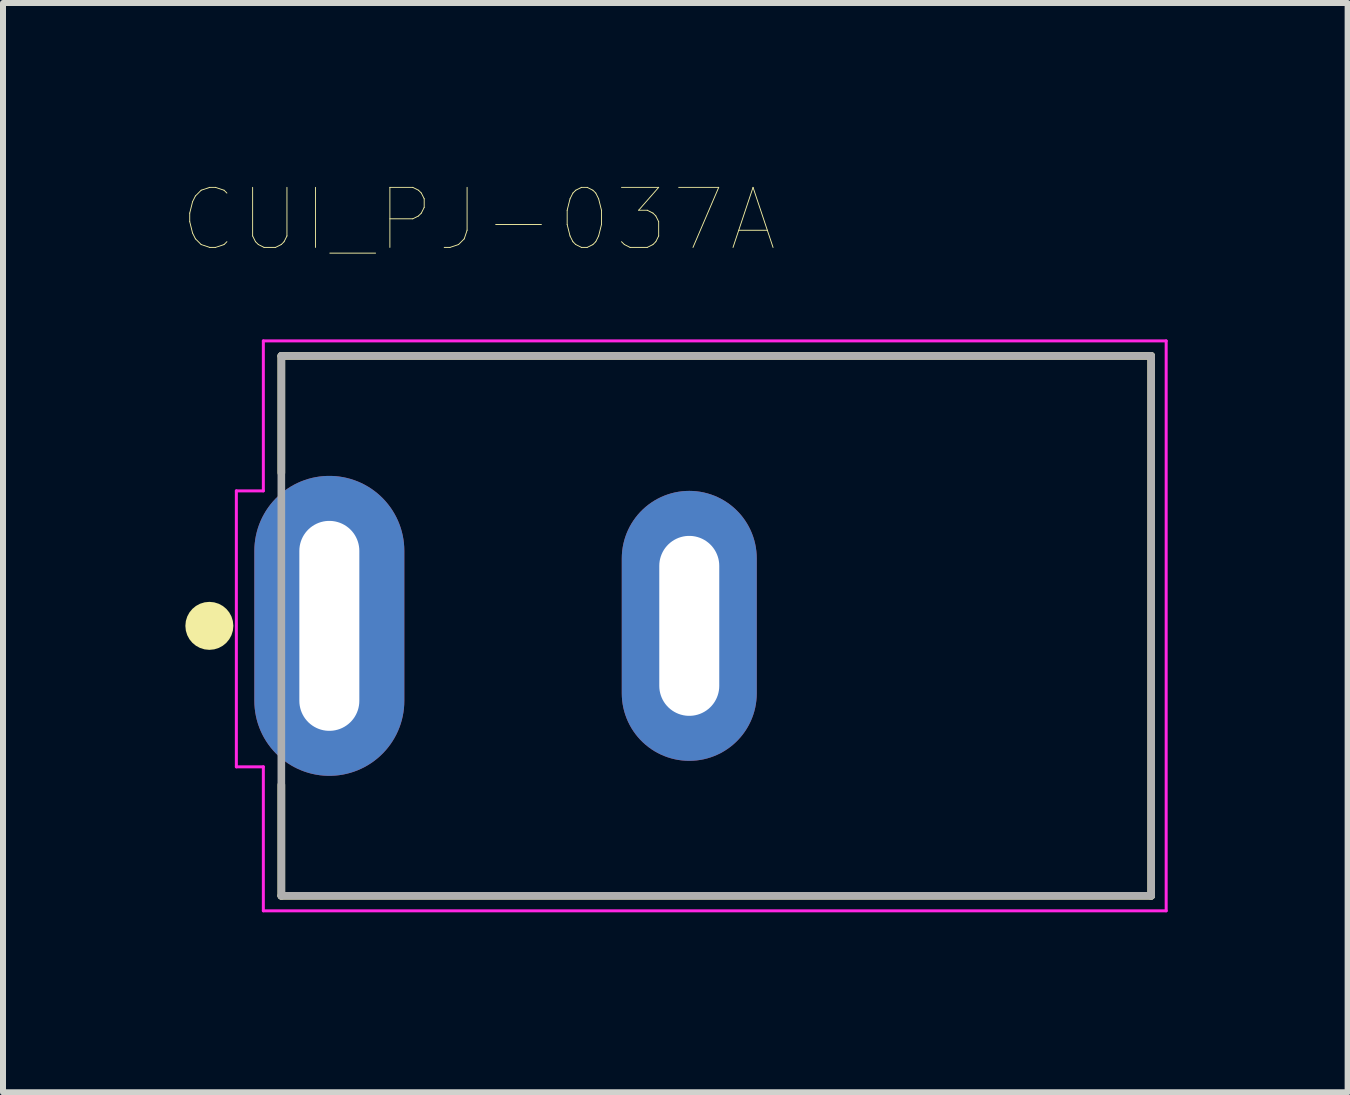
<source format=kicad_pcb>
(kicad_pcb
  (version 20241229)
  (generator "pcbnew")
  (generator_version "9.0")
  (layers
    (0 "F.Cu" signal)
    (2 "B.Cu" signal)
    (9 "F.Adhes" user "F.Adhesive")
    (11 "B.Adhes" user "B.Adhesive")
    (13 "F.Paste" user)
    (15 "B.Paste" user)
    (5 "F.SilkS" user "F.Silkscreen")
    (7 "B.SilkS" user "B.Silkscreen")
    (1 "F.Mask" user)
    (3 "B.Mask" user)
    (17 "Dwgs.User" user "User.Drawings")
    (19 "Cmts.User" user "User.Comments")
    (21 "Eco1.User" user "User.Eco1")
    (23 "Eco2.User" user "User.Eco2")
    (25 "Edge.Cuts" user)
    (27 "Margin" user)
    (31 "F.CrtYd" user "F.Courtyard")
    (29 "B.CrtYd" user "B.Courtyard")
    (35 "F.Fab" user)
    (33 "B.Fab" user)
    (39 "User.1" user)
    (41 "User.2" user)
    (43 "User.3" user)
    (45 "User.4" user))
  (footprint "CUI_PJ-037A"
    (layer "F.Cu")
    (at 2.44 7.383)
    (property "Reference" "CUI_PJ-037A" (at 2.487 -6.771 0) (layer "F.SilkS") (effects (font (size 1.001 1.001) (thickness 0.015))))
    (attr through_hole)
    (fp_line (start -0.8 -4.5) (end 13.7 -4.5) (stroke (width 0.127) (type solid)) (layer "F.SilkS"))
    (fp_line (start -0.8 -2.55) (end -0.8 -4.5) (stroke (width 0.127) (type solid)) (layer "F.SilkS"))
    (fp_line (start -0.8 4.5) (end -0.8 2.65) (stroke (width 0.127) (type solid)) (layer "F.SilkS"))
    (fp_line (start 13.7 -4.5) (end 13.7 4.5) (stroke (width 0.127) (type solid)) (layer "F.SilkS"))
    (fp_line (start 13.7 4.5) (end -0.8 4.5) (stroke (width 0.127) (type solid)) (layer "F.SilkS"))
    (fp_circle (center -2 0) (end -1.8 0) (stroke (width 0.4) (type solid)) (fill no) (layer "F.SilkS"))
    (fp_line (start -1.55 -2.25) (end -1.55 2.35) (stroke (width 0.05) (type solid)) (layer "F.CrtYd"))
    (fp_line (start -1.55 2.35) (end -1.1 2.35) (stroke (width 0.05) (type solid)) (layer "F.CrtYd"))
    (fp_line (start -1.1 -4.75) (end 13.95 -4.75) (stroke (width 0.05) (type solid)) (layer "F.CrtYd"))
    (fp_line (start -1.1 -2.25) (end -1.55 -2.25) (stroke (width 0.05) (type solid)) (layer "F.CrtYd"))
    (fp_line (start -1.1 -2.25) (end -1.1 -4.75) (stroke (width 0.05) (type solid)) (layer "F.CrtYd"))
    (fp_line (start -1.1 4.75) (end -1.1 2.35) (stroke (width 0.05) (type solid)) (layer "F.CrtYd"))
    (fp_line (start 13.95 -4.75) (end 13.95 4.75) (stroke (width 0.05) (type solid)) (layer "F.CrtYd"))
    (fp_line (start 13.95 4.75) (end -1.1 4.75) (stroke (width 0.05) (type solid)) (layer "F.CrtYd"))
    (fp_line (start -0.8 -4.5) (end 13.7 -4.5) (stroke (width 0.127) (type solid)) (layer "F.Fab"))
    (fp_line (start -0.8 4.5) (end -0.8 -4.5) (stroke (width 0.127) (type solid)) (layer "F.Fab"))
    (fp_line (start 13.7 -4.5) (end 13.7 4.5) (stroke (width 0.127) (type solid)) (layer "F.Fab"))
    (fp_line (start 13.7 4.5) (end -0.8 4.5) (stroke (width 0.127) (type solid)) (layer "F.Fab"))
    (pad "1" thru_hole oval (at 0 0) (size 2.5 5) (drill oval 1 3.5) (layers "*.Cu" "*.Mask"))
    (pad "2" thru_hole oval (at 6 0) (size 2.25 4.5) (drill oval 1 3) (layers "*.Cu" "*.Mask")))
  (gr_rect
    (start -3 -3)
    (end 19.415 15.158)
    (stroke (width 0.1) (type default))
    (fill no)
    (layer "Edge.Cuts")))
</source>
